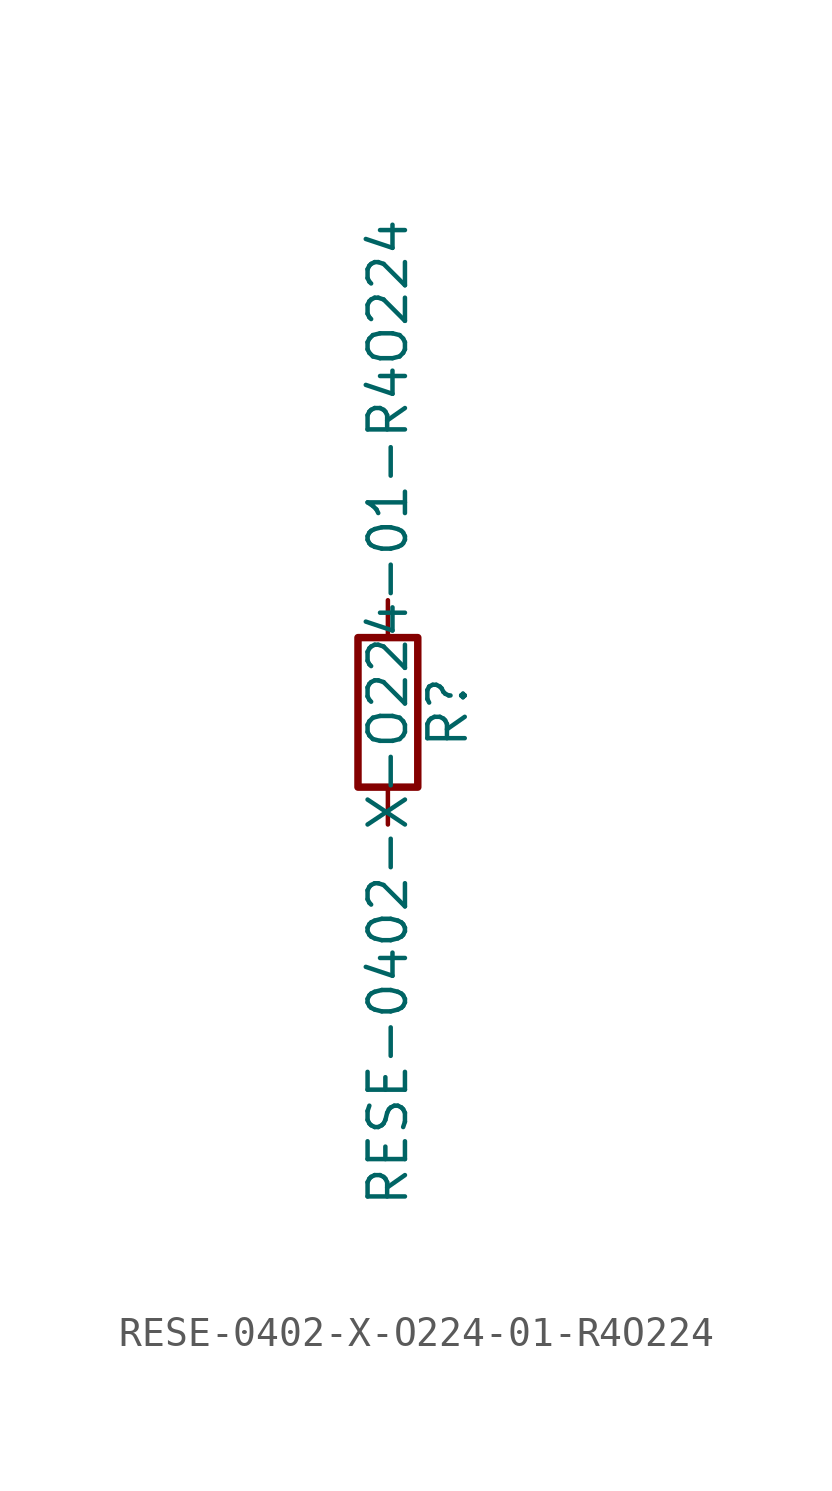
<source format=kicad_sym>
(kicad_symbol_lib
  (version 20211014)
  (generator kicad_symbol_editor)
  (symbol "RESE-0402-X-O224-01-R4O224"
    (pin_numbers hide)
    (pin_names
      (offset 0))
    (property "Reference" "R"
      (at 2.032 0 90)
      (effects (font (size 1.27 1.27))))
    (property "Value" "RESE-0402-X-O224-01-R4O224"
      (at 0 0 90)
      (effects (font (size 1.27 1.27))))
    (symbol "RESE-0402-X-O224-01-R4O224_0_1"
      (rectangle (start -1.016 -2.54) (end 1.016 2.54) (stroke (width 0.254) (type default) (color 0 0 0 0)) (fill (type none))))
    (symbol "RESE-0402-X-O224-01-R4O224_1_1"
      (pin passive line (at 0 3.81 270) (length 1.27) (name "~" (effects (font (size 1.27 1.27)))) (number "1" (effects (font (size 1.27 1.27)))))
      (pin passive line (at 0 -3.81 90) (length 1.27) (name "~" (effects (font (size 1.27 1.27)))) (number "2" (effects (font (size 1.27 1.27))))))))
</source>
